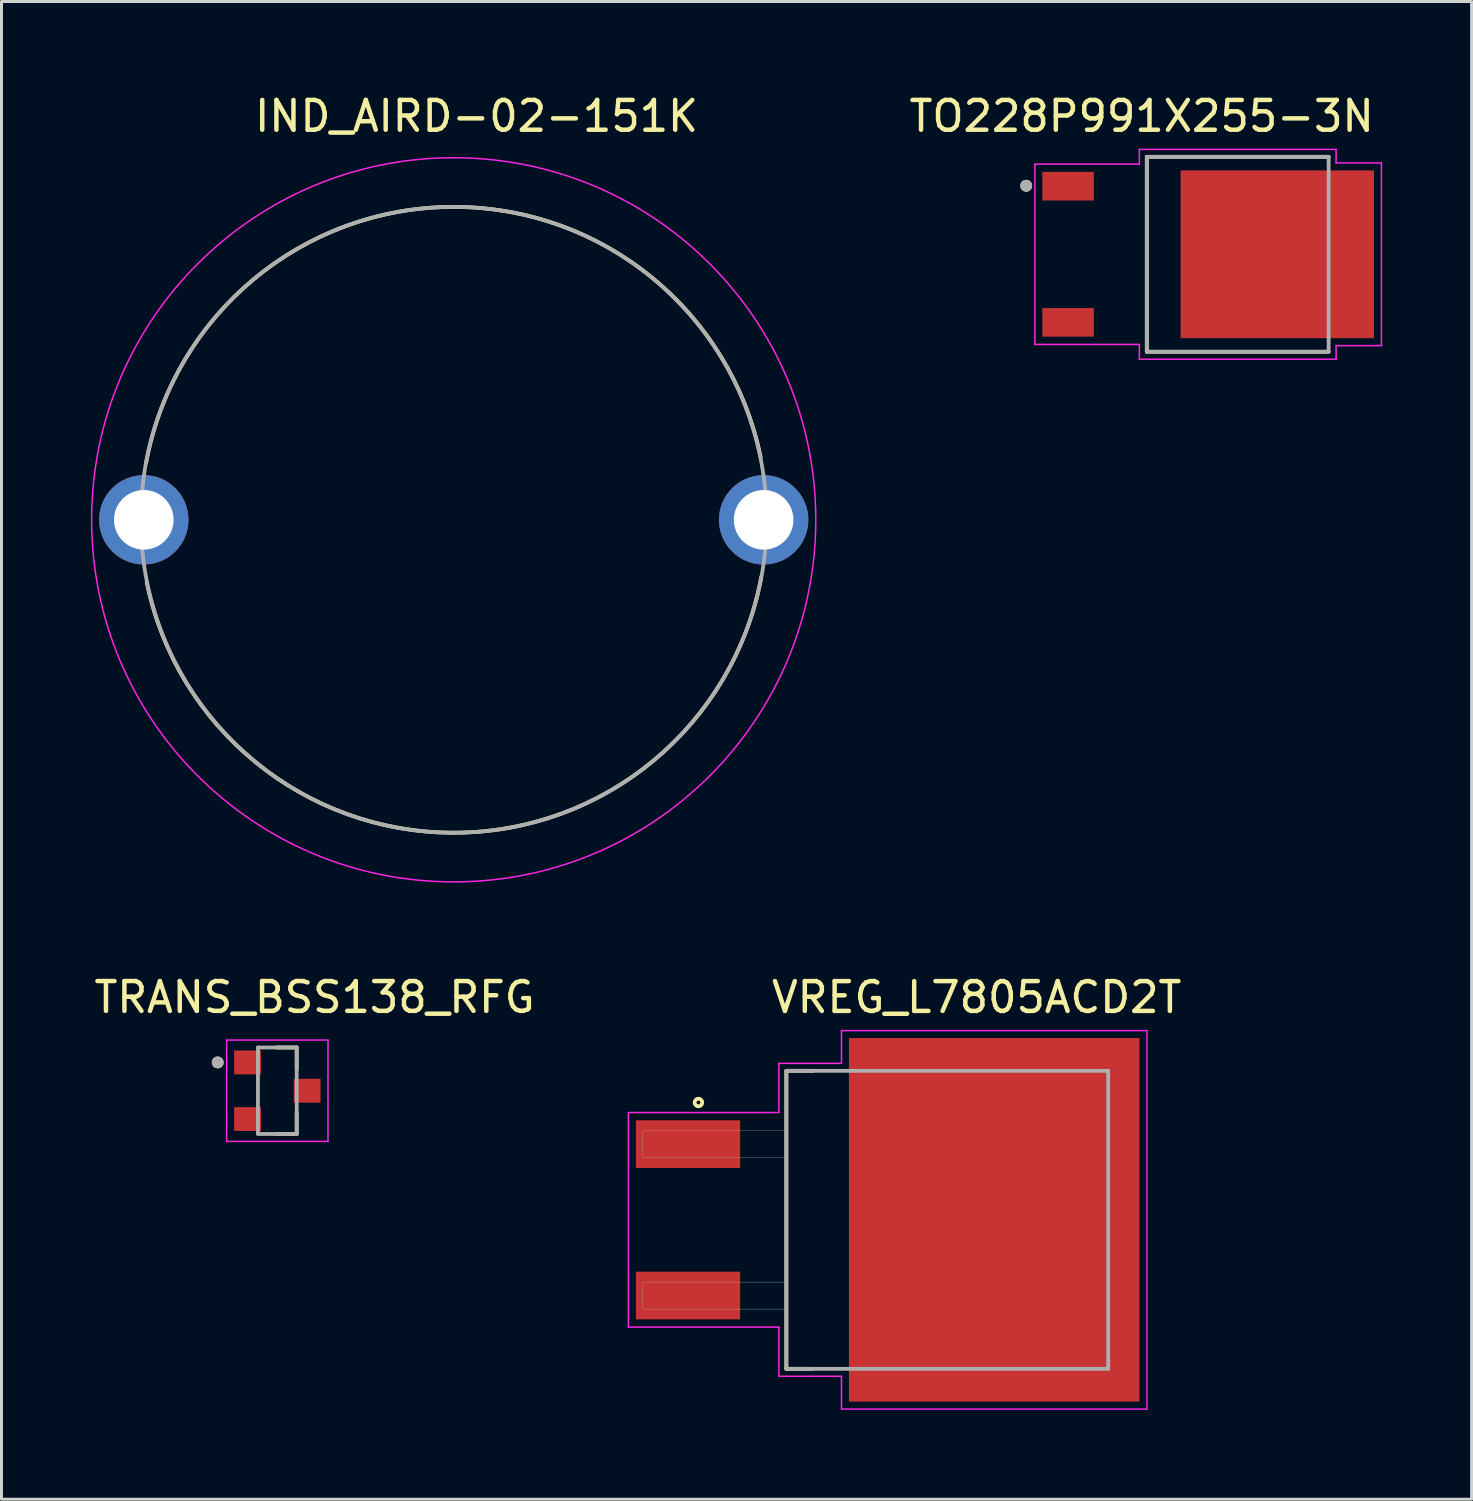
<source format=kicad_pcb>
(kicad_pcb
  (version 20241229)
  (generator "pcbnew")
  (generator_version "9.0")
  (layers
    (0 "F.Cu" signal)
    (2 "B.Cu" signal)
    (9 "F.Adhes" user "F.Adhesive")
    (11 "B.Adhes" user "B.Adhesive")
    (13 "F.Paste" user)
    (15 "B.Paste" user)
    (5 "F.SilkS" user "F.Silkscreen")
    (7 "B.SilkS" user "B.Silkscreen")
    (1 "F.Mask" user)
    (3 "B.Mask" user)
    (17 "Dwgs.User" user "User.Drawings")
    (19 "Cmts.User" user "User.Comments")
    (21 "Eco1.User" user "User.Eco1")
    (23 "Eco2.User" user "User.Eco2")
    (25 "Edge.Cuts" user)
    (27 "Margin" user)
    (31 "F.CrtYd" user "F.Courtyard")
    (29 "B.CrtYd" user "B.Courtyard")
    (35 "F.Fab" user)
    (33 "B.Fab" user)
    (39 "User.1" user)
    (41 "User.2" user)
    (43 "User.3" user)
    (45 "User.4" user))
  (footprint "VREG_L7805ACD2T"
    (layer "F.Cu")
    (at 26.737 37.883)
    (property "Reference" "VREG_L7805ACD2T" (at 2.987 -7.466 0) (layer "F.SilkS") (effects (font (size 1.001 1.001) (thickness 0.15))))
    (attr through_hole)
    (fp_line (start -3.4 -5) (end -2.515 -5) (stroke (width 0.127) (type solid)) (layer "F.SilkS"))
    (fp_line (start -3.4 5) (end -3.4 -5) (stroke (width 0.127) (type solid)) (layer "F.SilkS"))
    (fp_line (start -2.515 5) (end -3.4 5) (stroke (width 0.127) (type solid)) (layer "F.SilkS"))
    (fp_circle (center -6.35 -3.937) (end -6.223 -3.937) (stroke (width 0.127) (type solid)) (fill no) (layer "F.SilkS"))
    (fp_poly (pts (xy -0.07 -1.765) (xy 1.31 -1.765) (xy 1.31 -0.296) (xy -0.07 -0.296)) (stroke (width 0.01) (type solid)) (fill yes) (layer "F.Paste"))
    (fp_poly (pts (xy -0.07 2.36) (xy 1.31 2.36) (xy 1.31 3.834) (xy -0.07 3.834)) (stroke (width 0.01) (type solid)) (fill yes) (layer "F.Paste"))
    (fp_poly (pts (xy -0.07 0.295) (xy 1.31 0.295) (xy 1.31 1.767) (xy -0.07 1.767)) (stroke (width 0.01) (type solid)) (fill yes) (layer "F.Paste"))
    (fp_poly (pts (xy -0.07 -3.83) (xy 1.31 -3.83) (xy 1.31 -2.362) (xy -0.07 -2.362)) (stroke (width 0.01) (type solid)) (fill yes) (layer "F.Paste"))
    (fp_poly (pts (xy 1.901 -3.83) (xy 3.28 -3.83) (xy 3.28 -2.362) (xy 1.901 -2.362)) (stroke (width 0.01) (type solid)) (fill yes) (layer "F.Paste"))
    (fp_poly (pts (xy 1.902 0.295) (xy 3.28 0.295) (xy 3.28 1.766) (xy 1.902 1.766)) (stroke (width 0.01) (type solid)) (fill yes) (layer "F.Paste"))
    (fp_poly (pts (xy 1.902 -1.765) (xy 3.28 -1.765) (xy 3.28 -0.295) (xy 1.902 -0.295)) (stroke (width 0.01) (type solid)) (fill yes) (layer "F.Paste"))
    (fp_poly (pts (xy 1.902 2.36) (xy 3.28 2.36) (xy 3.28 3.835) (xy 1.902 3.835)) (stroke (width 0.01) (type solid)) (fill yes) (layer "F.Paste"))
    (fp_poly (pts (xy 3.874 -3.83) (xy 5.25 -3.83) (xy 5.25 -2.362) (xy 3.874 -2.362)) (stroke (width 0.01) (type solid)) (fill yes) (layer "F.Paste"))
    (fp_poly (pts (xy 3.875 0.295) (xy 5.25 0.295) (xy 5.25 1.767) (xy 3.875 1.767)) (stroke (width 0.01) (type solid)) (fill yes) (layer "F.Paste"))
    (fp_poly (pts (xy 3.876 -1.765) (xy 5.25 -1.765) (xy 5.25 -0.295) (xy 3.876 -0.295)) (stroke (width 0.01) (type solid)) (fill yes) (layer "F.Paste"))
    (fp_poly (pts (xy 3.876 2.36) (xy 5.25 2.36) (xy 5.25 3.836) (xy 3.876 3.836)) (stroke (width 0.01) (type solid)) (fill yes) (layer "F.Paste"))
    (fp_poly (pts (xy 5.844 0.295) (xy 7.22 0.295) (xy 7.22 1.766) (xy 5.844 1.766)) (stroke (width 0.01) (type solid)) (fill yes) (layer "F.Paste"))
    (fp_poly (pts (xy 5.844 -3.83) (xy 7.22 -3.83) (xy 7.22 -2.362) (xy 5.844 -2.362)) (stroke (width 0.01) (type solid)) (fill yes) (layer "F.Paste"))
    (fp_poly (pts (xy 5.85 -1.765) (xy 7.22 -1.765) (xy 7.22 -0.295) (xy 5.85 -0.295)) (stroke (width 0.01) (type solid)) (fill yes) (layer "F.Paste"))
    (fp_poly (pts (xy 5.85 2.36) (xy 7.22 2.36) (xy 7.22 3.837) (xy 5.85 3.837)) (stroke (width 0.01) (type solid)) (fill yes) (layer "F.Paste"))
    (fp_line (start -8.7 -3.6) (end -3.65 -3.6) (stroke (width 0.05) (type solid)) (layer "F.CrtYd"))
    (fp_line (start -8.7 3.6) (end -8.7 -3.6) (stroke (width 0.05) (type solid)) (layer "F.CrtYd"))
    (fp_line (start -3.65 -5.25) (end -1.55 -5.25) (stroke (width 0.05) (type solid)) (layer "F.CrtYd"))
    (fp_line (start -3.65 -3.6) (end -3.65 -5.25) (stroke (width 0.05) (type solid)) (layer "F.CrtYd"))
    (fp_line (start -3.65 3.6) (end -8.7 3.6) (stroke (width 0.05) (type solid)) (layer "F.CrtYd"))
    (fp_line (start -3.65 5.25) (end -3.65 3.6) (stroke (width 0.05) (type solid)) (layer "F.CrtYd"))
    (fp_line (start -1.55 -6.35) (end 8.7 -6.35) (stroke (width 0.05) (type solid)) (layer "F.CrtYd"))
    (fp_line (start -1.55 -5.25) (end -1.55 -6.35) (stroke (width 0.05) (type solid)) (layer "F.CrtYd"))
    (fp_line (start -1.55 5.25) (end -3.65 5.25) (stroke (width 0.05) (type solid)) (layer "F.CrtYd"))
    (fp_line (start -1.55 6.35) (end -1.55 5.25) (stroke (width 0.05) (type solid)) (layer "F.CrtYd"))
    (fp_line (start 8.7 -6.35) (end 8.7 6.35) (stroke (width 0.05) (type solid)) (layer "F.CrtYd"))
    (fp_line (start 8.7 6.35) (end -1.55 6.35) (stroke (width 0.05) (type solid)) (layer "F.CrtYd"))
    (fp_line (start -3.4 -5) (end 7.4 -5) (stroke (width 0.127) (type solid)) (layer "F.Fab"))
    (fp_line (start -3.4 5) (end -3.4 -5) (stroke (width 0.127) (type solid)) (layer "F.Fab"))
    (fp_line (start 7.4 -5) (end 7.4 5) (stroke (width 0.127) (type solid)) (layer "F.Fab"))
    (fp_line (start 7.4 5) (end -3.4 5) (stroke (width 0.127) (type solid)) (layer "F.Fab"))
    (fp_poly (pts (xy -8.216 2.09) (xy -3.4 2.09) (xy -3.4 2.996) (xy -8.216 2.996)) (stroke (width 0.01) (type solid)) (fill no) (layer "F.Fab"))
    (fp_poly (pts (xy -8.215 -2.99) (xy -3.4 -2.99) (xy -3.4 -2.094) (xy -8.215 -2.094)) (stroke (width 0.01) (type solid)) (fill no) (layer "F.Fab"))
    (pad "1" smd rect (at -6.7 -2.54 270) (size 1.6 3.5) (layers "F.Cu" "F.Mask" "F.Paste"))
    (pad "3" smd rect (at -6.7 2.54 270) (size 1.6 3.5) (layers "F.Cu" "F.Mask" "F.Paste"))
    (pad "4" smd rect (at 3.575 0 270) (size 12.2 9.75) (layers "F.Cu" "F.Mask")))
  (footprint "TO228P991X255-3N"
    (layer "F.Cu")
    (at 37.491 5.483)
    (property "Reference" "TO228P991X255-3N" (at -2.23 -4.635 0) (layer "F.SilkS") (effects (font (size 1 1) (thickness 0.15))))
    (attr through_hole)
    (fp_line (start -2.058 -3.27) (end -2.058 3.27) (stroke (width 0.127) (type solid)) (layer "F.SilkS"))
    (fp_line (start -2.058 3.27) (end 4.043 3.27) (stroke (width 0.127) (type solid)) (layer "F.SilkS"))
    (fp_line (start 4.043 -3.27) (end -2.058 -3.27) (stroke (width 0.127) (type solid)) (layer "F.SilkS"))
    (fp_circle (center -6.105 -2.3) (end -6.005 -2.3) (stroke (width 0.2) (type solid)) (fill no) (layer "F.SilkS"))
    (fp_poly (pts (xy -0.565 -2.265) (xy 0.865 -2.265) (xy 0.865 -0.555) (xy -0.565 -0.555)) (stroke (width 0.01) (type solid)) (fill yes) (layer "F.Paste"))
    (fp_poly (pts (xy -0.565 0.555) (xy 0.865 0.555) (xy 0.865 2.265) (xy -0.565 2.265)) (stroke (width 0.01) (type solid)) (fill yes) (layer "F.Paste"))
    (fp_poly (pts (xy 1.605 -2.265) (xy 3.035 -2.265) (xy 3.035 -0.555) (xy 1.605 -0.555)) (stroke (width 0.01) (type solid)) (fill yes) (layer "F.Paste"))
    (fp_poly (pts (xy 1.605 0.555) (xy 3.035 0.555) (xy 3.035 2.265) (xy 1.605 2.265)) (stroke (width 0.01) (type solid)) (fill yes) (layer "F.Paste"))
    (fp_poly (pts (xy 3.775 -2.265) (xy 5.205 -2.265) (xy 5.205 -0.555) (xy 3.775 -0.555)) (stroke (width 0.01) (type solid)) (fill yes) (layer "F.Paste"))
    (fp_poly (pts (xy 3.775 0.555) (xy 5.205 0.555) (xy 5.205 2.265) (xy 3.775 2.265)) (stroke (width 0.01) (type solid)) (fill yes) (layer "F.Paste"))
    (fp_line (start -5.815 -3.025) (end -5.815 3.025) (stroke (width 0.05) (type solid)) (layer "F.CrtYd"))
    (fp_line (start -5.815 3.025) (end -2.308 3.025) (stroke (width 0.05) (type solid)) (layer "F.CrtYd"))
    (fp_line (start -2.308 -3.52) (end -2.308 -3.025) (stroke (width 0.05) (type solid)) (layer "F.CrtYd"))
    (fp_line (start -2.308 -3.025) (end -5.815 -3.025) (stroke (width 0.05) (type solid)) (layer "F.CrtYd"))
    (fp_line (start -2.308 3.025) (end -2.308 3.52) (stroke (width 0.05) (type solid)) (layer "F.CrtYd"))
    (fp_line (start -2.308 3.52) (end 4.293 3.52) (stroke (width 0.05) (type solid)) (layer "F.CrtYd"))
    (fp_line (start 4.293 -3.52) (end -2.308 -3.52) (stroke (width 0.05) (type solid)) (layer "F.CrtYd"))
    (fp_line (start 4.293 -3.065) (end 4.293 -3.52) (stroke (width 0.05) (type solid)) (layer "F.CrtYd"))
    (fp_line (start 4.293 3.065) (end 5.815 3.065) (stroke (width 0.05) (type solid)) (layer "F.CrtYd"))
    (fp_line (start 4.293 3.52) (end 4.293 3.065) (stroke (width 0.05) (type solid)) (layer "F.CrtYd"))
    (fp_line (start 5.815 -3.065) (end 4.293 -3.065) (stroke (width 0.05) (type solid)) (layer "F.CrtYd"))
    (fp_line (start 5.815 3.065) (end 5.815 -3.065) (stroke (width 0.05) (type solid)) (layer "F.CrtYd"))
    (fp_line (start -2.058 -3.27) (end -2.058 3.27) (stroke (width 0.127) (type solid)) (layer "F.Fab"))
    (fp_line (start -2.058 3.27) (end 4.043 3.27) (stroke (width 0.127) (type solid)) (layer "F.Fab"))
    (fp_line (start 4.043 -3.27) (end -2.058 -3.27) (stroke (width 0.127) (type solid)) (layer "F.Fab"))
    (fp_line (start 4.043 3.27) (end 4.043 -3.27) (stroke (width 0.127) (type solid)) (layer "F.Fab"))
    (fp_circle (center -6.105 -2.3) (end -6.005 -2.3) (stroke (width 0.2) (type solid)) (fill no) (layer "F.Fab"))
    (pad "1" smd rect (at -4.7 -2.285) (size 1.73 0.96) (layers "F.Cu" "F.Mask" "F.Paste"))
    (pad "3" smd rect (at -4.7 2.285) (size 1.73 0.96) (layers "F.Cu" "F.Mask" "F.Paste"))
    (pad "4" smd rect (at 2.32 0) (size 6.49 5.63) (layers "F.Cu" "F.Mask")))
  (footprint "TRANS_BSS138_RFG"
    (layer "F.Cu")
    (at 6.256 33.551)
    (property "Reference" "TRANS_BSS138_RFG" (at 1.25 -3.135 0) (layer "F.SilkS") (effects (font (size 1 1) (thickness 0.15))))
    (attr through_hole)
    (fp_line (start -0.035 1.45) (end 0.65 1.45) (stroke (width 0.127) (type solid)) (layer "F.SilkS"))
    (fp_line (start 0.65 -1.45) (end -0.035 -1.45) (stroke (width 0.127) (type solid)) (layer "F.SilkS"))
    (fp_line (start 0.65 -0.72) (end 0.65 -1.45) (stroke (width 0.127) (type solid)) (layer "F.SilkS"))
    (fp_line (start 0.65 1.45) (end 0.65 0.72) (stroke (width 0.127) (type solid)) (layer "F.SilkS"))
    (fp_circle (center -2 -0.95) (end -1.9 -0.95) (stroke (width 0.2) (type solid)) (fill no) (layer "F.SilkS"))
    (fp_line (start -1.7 -1.7) (end -1.7 1.7) (stroke (width 0.05) (type solid)) (layer "F.CrtYd"))
    (fp_line (start -1.7 1.7) (end 1.7 1.7) (stroke (width 0.05) (type solid)) (layer "F.CrtYd"))
    (fp_line (start 1.7 -1.7) (end -1.7 -1.7) (stroke (width 0.05) (type solid)) (layer "F.CrtYd"))
    (fp_line (start 1.7 1.7) (end 1.7 -1.7) (stroke (width 0.05) (type solid)) (layer "F.CrtYd"))
    (fp_line (start -0.65 -1.45) (end -0.65 1.45) (stroke (width 0.127) (type solid)) (layer "F.Fab"))
    (fp_line (start -0.65 1.45) (end 0.65 1.45) (stroke (width 0.127) (type solid)) (layer "F.Fab"))
    (fp_line (start 0.65 -1.45) (end -0.65 -1.45) (stroke (width 0.127) (type solid)) (layer "F.Fab"))
    (fp_line (start 0.65 1.45) (end 0.65 -1.45) (stroke (width 0.127) (type solid)) (layer "F.Fab"))
    (fp_circle (center -2 -0.95) (end -1.9 -0.95) (stroke (width 0.2) (type solid)) (fill no) (layer "F.Fab"))
    (pad "1" smd rect (at -1 -0.95) (size 0.9 0.8) (layers "F.Cu" "F.Mask" "F.Paste"))
    (pad "2" smd rect (at -1 0.95) (size 0.9 0.8) (layers "F.Cu" "F.Mask" "F.Paste"))
    (pad "3" smd rect (at 1 0) (size 0.9 0.8) (layers "F.Cu" "F.Mask" "F.Paste")))
  (footprint "IND_AIRD-02-151K"
    (layer "F.Cu")
    (at 12.175 14.393)
    (property "Reference" "IND_AIRD-02-151K" (at 0.765 -13.545 0) (layer "F.SilkS") (effects (font (size 1 1) (thickness 0.15))))
    (attr through_hole)
    (fp_arc (start -10.32 -1.92) (mid -6.710012 -8.07435) (end 0 -10.5) (stroke (width 0.127) (type solid)) (layer "F.SilkS"))
    (fp_arc (start -0.000001 -10.5) (mid 6.647128 -8.135765) (end 10.3 -2.1) (stroke (width 0.127) (type solid)) (layer "F.SilkS"))
    (fp_arc (start 0.000001 10.5) (mid -6.647128 8.135765) (end -10.3 2.1) (stroke (width 0.127) (type solid)) (layer "F.SilkS"))
    (fp_arc (start 10.32 1.92) (mid 6.710012 8.07435) (end 0 10.5) (stroke (width 0.127) (type solid)) (layer "F.SilkS"))
    (fp_circle (center 0 0) (end 12.15 0) (stroke (width 0.05) (type solid)) (fill no) (layer "F.CrtYd"))
    (fp_circle (center 0 0) (end 10.5 0) (stroke (width 0.127) (type solid)) (fill no) (layer "F.Fab"))
    (pad "1" thru_hole circle (at -10.4 0) (size 3 3) (drill 2) (layers "*.Cu" "*.Mask"))
    (pad "2" thru_hole circle (at 10.4 0) (size 3 3) (drill 2) (layers "*.Cu" "*.Mask")))
  (gr_rect
    (start -3 -3)
    (end 46.331 47.258)
    (stroke (width 0.1) (type default))
    (fill no)
    (layer "Edge.Cuts")))
</source>
